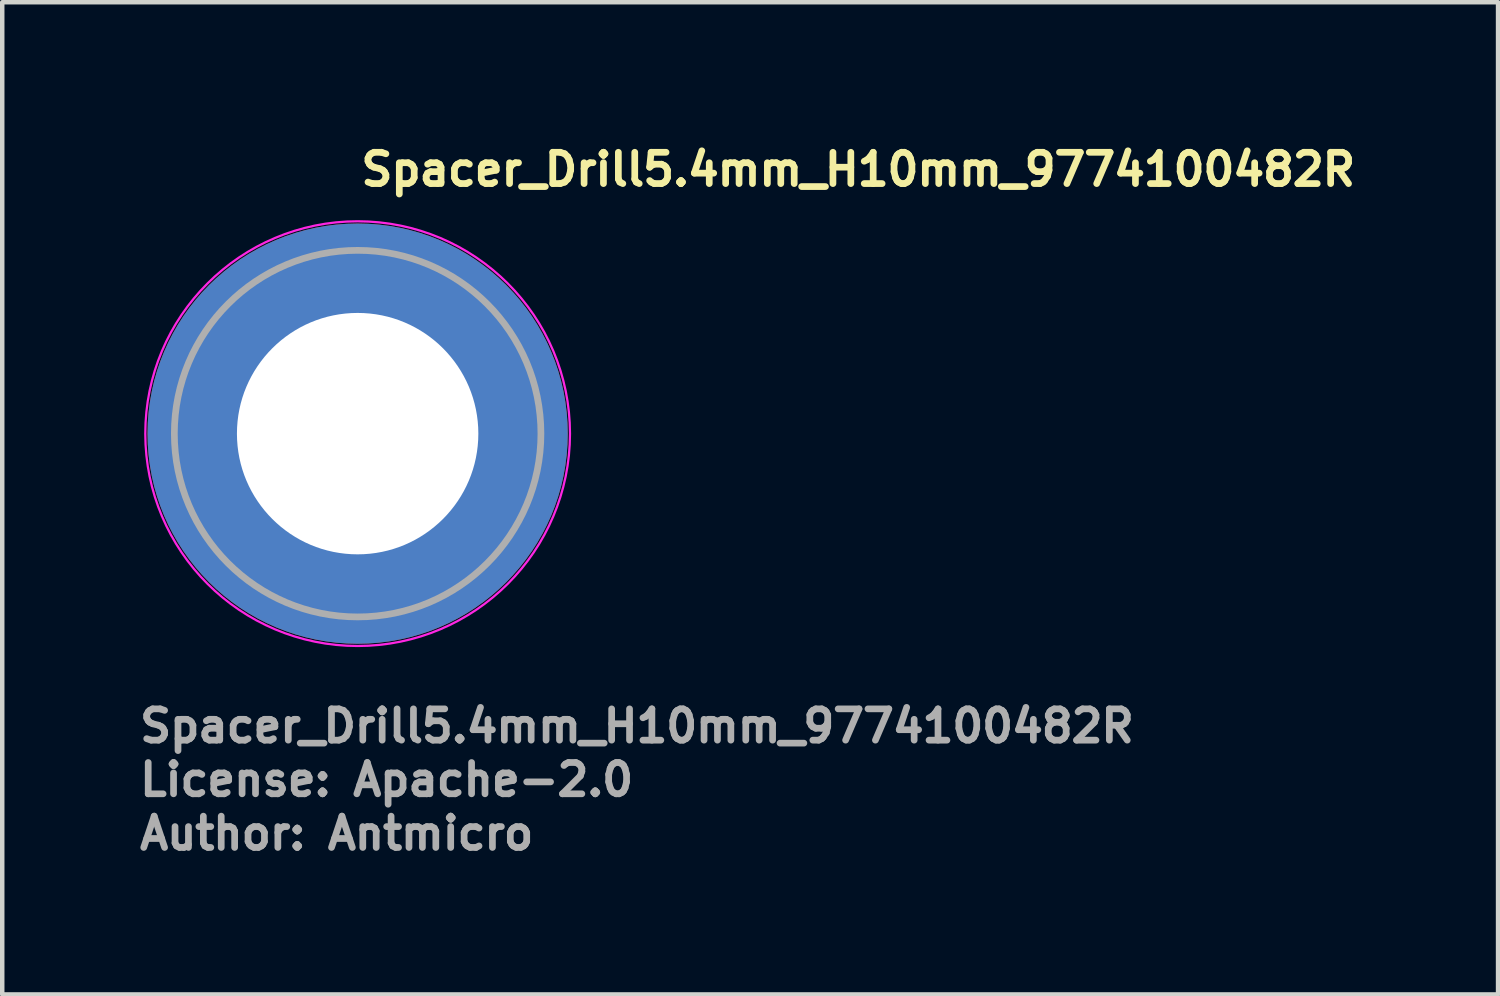
<source format=kicad_pcb>
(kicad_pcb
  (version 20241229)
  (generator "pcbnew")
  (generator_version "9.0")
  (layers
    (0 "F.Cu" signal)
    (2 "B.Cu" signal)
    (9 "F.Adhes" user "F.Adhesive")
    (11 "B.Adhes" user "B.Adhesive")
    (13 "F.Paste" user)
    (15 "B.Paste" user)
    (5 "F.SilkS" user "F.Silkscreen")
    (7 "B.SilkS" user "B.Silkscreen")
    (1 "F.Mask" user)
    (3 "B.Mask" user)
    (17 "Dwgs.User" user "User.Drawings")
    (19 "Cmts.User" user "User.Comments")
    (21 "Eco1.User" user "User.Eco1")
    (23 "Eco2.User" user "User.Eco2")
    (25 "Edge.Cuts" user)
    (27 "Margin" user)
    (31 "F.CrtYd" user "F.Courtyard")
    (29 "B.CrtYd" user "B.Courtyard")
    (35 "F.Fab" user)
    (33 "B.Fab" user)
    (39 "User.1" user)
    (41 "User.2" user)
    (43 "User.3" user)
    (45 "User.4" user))
  (footprint "Spacer_Drill5.4mm_H10mm_9774100482R"
    (layer "F.Cu")
    (at 4.95 6.65)
    (property "Reference" "Spacer_Drill5.4mm_H10mm_9774100482R" (at 0 -5.5 0) (layer "F.SilkS") (effects (font (size 0.7 0.7) (thickness 0.15)) (justify left bottom)))
    (attr smd)
    (fp_circle (center 0 0) (end 4.75 0) (stroke (width 0.05) (type solid)) (fill no) (layer "F.CrtYd"))
    (fp_circle (center 0 0) (end 4.1 0) (stroke (width 0.15) (type solid)) (fill no) (layer "F.Fab"))
    (fp_circle (center 0 0) (end 2.6 0) (stroke (width 0.02) (type solid)) (fill no) (layer "User.9"))
    (fp_circle (center 0 0) (end 4.1 0) (stroke (width 0.02) (type solid)) (fill no) (layer "User.9"))
    (fp_text user "Author: Antmicro" (at -4.95 9.35 0) (layer "F.Fab") (effects (font (size 0.7 0.7) (thickness 0.15)) (justify left bottom)))
    (fp_text user "License: Apache-2.0" (at -4.95 8.15 0) (layer "F.Fab") (effects (font (size 0.7 0.7) (thickness 0.15)) (justify left bottom)))
    (fp_text user "${REFERENCE}" (at -4.95 6.95 0) (layer "F.Fab") (effects (font (size 0.7 0.7) (thickness 0.15)) (justify left bottom)))
    (pad "" smd custom (at -2.55 2.36 180) (size 0.7 0.7) (layers "F.Paste") (options (anchor circle)) (primitives (gr_arc (start -2.031548 -1.093964) (mid -0.016573 -0.061893) (end 0.94 1.99) (width 0.2)) (gr_arc (start -2.047793 -1.257755) (mid 0.042712 -0.22974) (end 1.084509 1.853931) (width 0.2)) (gr_arc (start -2.048223 -1.392653) (mid 0.135758 -0.325784) (end 1.218959 1.850144) (width 0.2)) (gr_arc (start -2.1 -1.549999) (mid 0.24845 -0.425477) (end 1.378904 1.920123) (width 0.2)) (gr_arc (start -2.11 -1.689999) (mid 0.384912 -0.549345) (end 1.539278 1.939252) (width 0.2)) (gr_arc (start -2.16 -1.829999) (mid 0.521279 -0.680661) (end 1.670957 2.000471) (width 0.2)) (gr_arc (start -2.177681 -1.999999) (mid 0.615796 -0.780769) (end 1.850984 2.005688) (width 0.2)) (gr_arc (start -2.177681 -0.682237) (mid -0.368932 0.188947) (end 0.51059 1.993657) (width 0.2)) (gr_arc (start -2.129829 -0.524993) (mid -0.47151 0.298492) (end 0.354406 1.955602) (width 0.2)) (gr_arc (start -2.177681 -0.480822) (mid -0.509621 0.331098) (end 0.309322 1.995722) (width 0.2)) (gr_arc (start -2.177681 -0.581554) (mid -0.438641 0.260655) (end 0.410198 1.996469) (width 0.2)) (gr_arc (start -2.177681 -0.782877) (mid -0.30068 0.115791) (end 0.610475 1.986763) (width 0.2)) (gr_arc (start -2.177681 -0.98404) (mid -0.154743 -0.021134) (end 0.813162 1.999417) (width 0.2)) (gr_line (start 0.33 2.008) (end 1.83 2.008) (width 0.2)) (gr_line (start -2.178 -0.5) (end -2.178 -2) (width 0.2)) (gr_arc (start -2.177681 -0.883476) (mid -0.226005 0.049026) (end 0.712402 1.99787) (width 0.2))))
    (pad "" smd custom (at -2.4 -2.57 90) (size 0.7 0.7) (layers "F.Paste") (options (anchor circle)) (primitives (gr_arc (start -2.031548 -1.093964) (mid -0.016573 -0.061893) (end 0.94 1.99) (width 0.2)) (gr_arc (start -2.047793 -1.257755) (mid 0.042712 -0.22974) (end 1.084509 1.853931) (width 0.2)) (gr_arc (start -2.048223 -1.392653) (mid 0.135758 -0.325784) (end 1.218959 1.850144) (width 0.2)) (gr_arc (start -2.1 -1.549999) (mid 0.24845 -0.425477) (end 1.378904 1.920123) (width 0.2)) (gr_arc (start -2.11 -1.689999) (mid 0.384912 -0.549345) (end 1.539278 1.939252) (width 0.2)) (gr_arc (start -2.16 -1.829999) (mid 0.521279 -0.680661) (end 1.670957 2.000471) (width 0.2)) (gr_arc (start -2.177681 -1.999999) (mid 0.615796 -0.780769) (end 1.850984 2.005688) (width 0.2)) (gr_arc (start -2.177681 -0.682237) (mid -0.368932 0.188947) (end 0.51059 1.993657) (width 0.2)) (gr_arc (start -2.129829 -0.524993) (mid -0.47151 0.298492) (end 0.354406 1.955602) (width 0.2)) (gr_arc (start -2.177681 -0.480822) (mid -0.509621 0.331098) (end 0.309322 1.995722) (width 0.2)) (gr_arc (start -2.177681 -0.581554) (mid -0.438641 0.260655) (end 0.410198 1.996469) (width 0.2)) (gr_arc (start -2.177681 -0.782877) (mid -0.30068 0.115791) (end 0.610475 1.986763) (width 0.2)) (gr_arc (start -2.177681 -0.98404) (mid -0.154743 -0.021134) (end 0.813162 1.999417) (width 0.2)) (gr_line (start 0.33 2.008) (end 1.83 2.008) (width 0.2)) (gr_line (start -2.178 -0.5) (end -2.178 -2) (width 0.2)) (gr_arc (start -2.177681 -0.883476) (mid -0.226005 0.049026) (end 0.712402 1.99787) (width 0.2))))
    (pad "" smd custom (at 2.39 2.53 270) (size 0.7 0.7) (layers "F.Paste") (options (anchor circle)) (primitives (gr_arc (start -2.031548 -1.093964) (mid -0.016573 -0.061893) (end 0.94 1.99) (width 0.2)) (gr_arc (start -2.047793 -1.257755) (mid 0.042712 -0.22974) (end 1.084509 1.853931) (width 0.2)) (gr_arc (start -2.048223 -1.392653) (mid 0.135758 -0.325784) (end 1.218959 1.850144) (width 0.2)) (gr_arc (start -2.1 -1.549999) (mid 0.24845 -0.425477) (end 1.378904 1.920123) (width 0.2)) (gr_arc (start -2.11 -1.689999) (mid 0.384912 -0.549345) (end 1.539278 1.939252) (width 0.2)) (gr_arc (start -2.16 -1.829999) (mid 0.521279 -0.680661) (end 1.670957 2.000471) (width 0.2)) (gr_arc (start -2.177681 -1.999999) (mid 0.615796 -0.780769) (end 1.850984 2.005688) (width 0.2)) (gr_arc (start -2.177681 -0.682237) (mid -0.368932 0.188947) (end 0.51059 1.993657) (width 0.2)) (gr_arc (start -2.129829 -0.524993) (mid -0.47151 0.298492) (end 0.354406 1.955602) (width 0.2)) (gr_arc (start -2.177681 -0.480822) (mid -0.509621 0.331098) (end 0.309322 1.995722) (width 0.2)) (gr_arc (start -2.177681 -0.581554) (mid -0.438641 0.260655) (end 0.410198 1.996469) (width 0.2)) (gr_arc (start -2.177681 -0.782877) (mid -0.30068 0.115791) (end 0.610475 1.986763) (width 0.2)) (gr_arc (start -2.177681 -0.98404) (mid -0.154743 -0.021134) (end 0.813162 1.999417) (width 0.2)) (gr_line (start 0.33 2.008) (end 1.83 2.008) (width 0.2)) (gr_line (start -2.178 -0.5) (end -2.178 -2) (width 0.2)) (gr_arc (start -2.177681 -0.883476) (mid -0.226005 0.049026) (end 0.712402 1.99787) (width 0.2))))
    (pad "" smd custom (at 2.57 -2.4) (size 0.7 0.7) (layers "F.Paste") (options (anchor circle)) (primitives (gr_arc (start -2.031548 -1.093964) (mid -0.016573 -0.061893) (end 0.94 1.99) (width 0.2)) (gr_arc (start -2.047793 -1.257755) (mid 0.042712 -0.22974) (end 1.084509 1.853931) (width 0.2)) (gr_arc (start -2.048223 -1.392653) (mid 0.135758 -0.325784) (end 1.218959 1.850144) (width 0.2)) (gr_arc (start -2.1 -1.549999) (mid 0.24845 -0.425477) (end 1.378904 1.920123) (width 0.2)) (gr_arc (start -2.11 -1.689999) (mid 0.384912 -0.549345) (end 1.539278 1.939252) (width 0.2)) (gr_arc (start -2.16 -1.829999) (mid 0.521279 -0.680661) (end 1.670957 2.000471) (width 0.2)) (gr_arc (start -2.177681 -1.999999) (mid 0.615796 -0.780769) (end 1.850984 2.005688) (width 0.2)) (gr_arc (start -2.177681 -0.682237) (mid -0.368932 0.188947) (end 0.51059 1.993657) (width 0.2)) (gr_arc (start -2.129829 -0.524993) (mid -0.47151 0.298492) (end 0.354406 1.955602) (width 0.2)) (gr_arc (start -2.177681 -0.480822) (mid -0.509621 0.331098) (end 0.309322 1.995722) (width 0.2)) (gr_arc (start -2.177681 -0.581554) (mid -0.438641 0.260655) (end 0.410198 1.996469) (width 0.2)) (gr_arc (start -2.177681 -0.782877) (mid -0.30068 0.115791) (end 0.610475 1.986763) (width 0.2)) (gr_arc (start -2.177681 -0.98404) (mid -0.154743 -0.021134) (end 0.813162 1.999417) (width 0.2)) (gr_line (start 0.33 2.008) (end 1.83 2.008) (width 0.2)) (gr_line (start -2.178 -0.5) (end -2.178 -2) (width 0.2)) (gr_arc (start -2.177681 -0.883476) (mid -0.226005 0.049026) (end 0.712402 1.99787) (width 0.2))))
    (pad "1" thru_hole circle (at 0 0) (size 9.4 9.4) (drill 5.4) (layers "*.Cu" "*.Mask")))
  (gr_rect
    (start -3 -3)
    (end 30.46 19.195)
    (stroke (width 0.1) (type default))
    (fill no)
    (layer "Edge.Cuts")))
</source>
